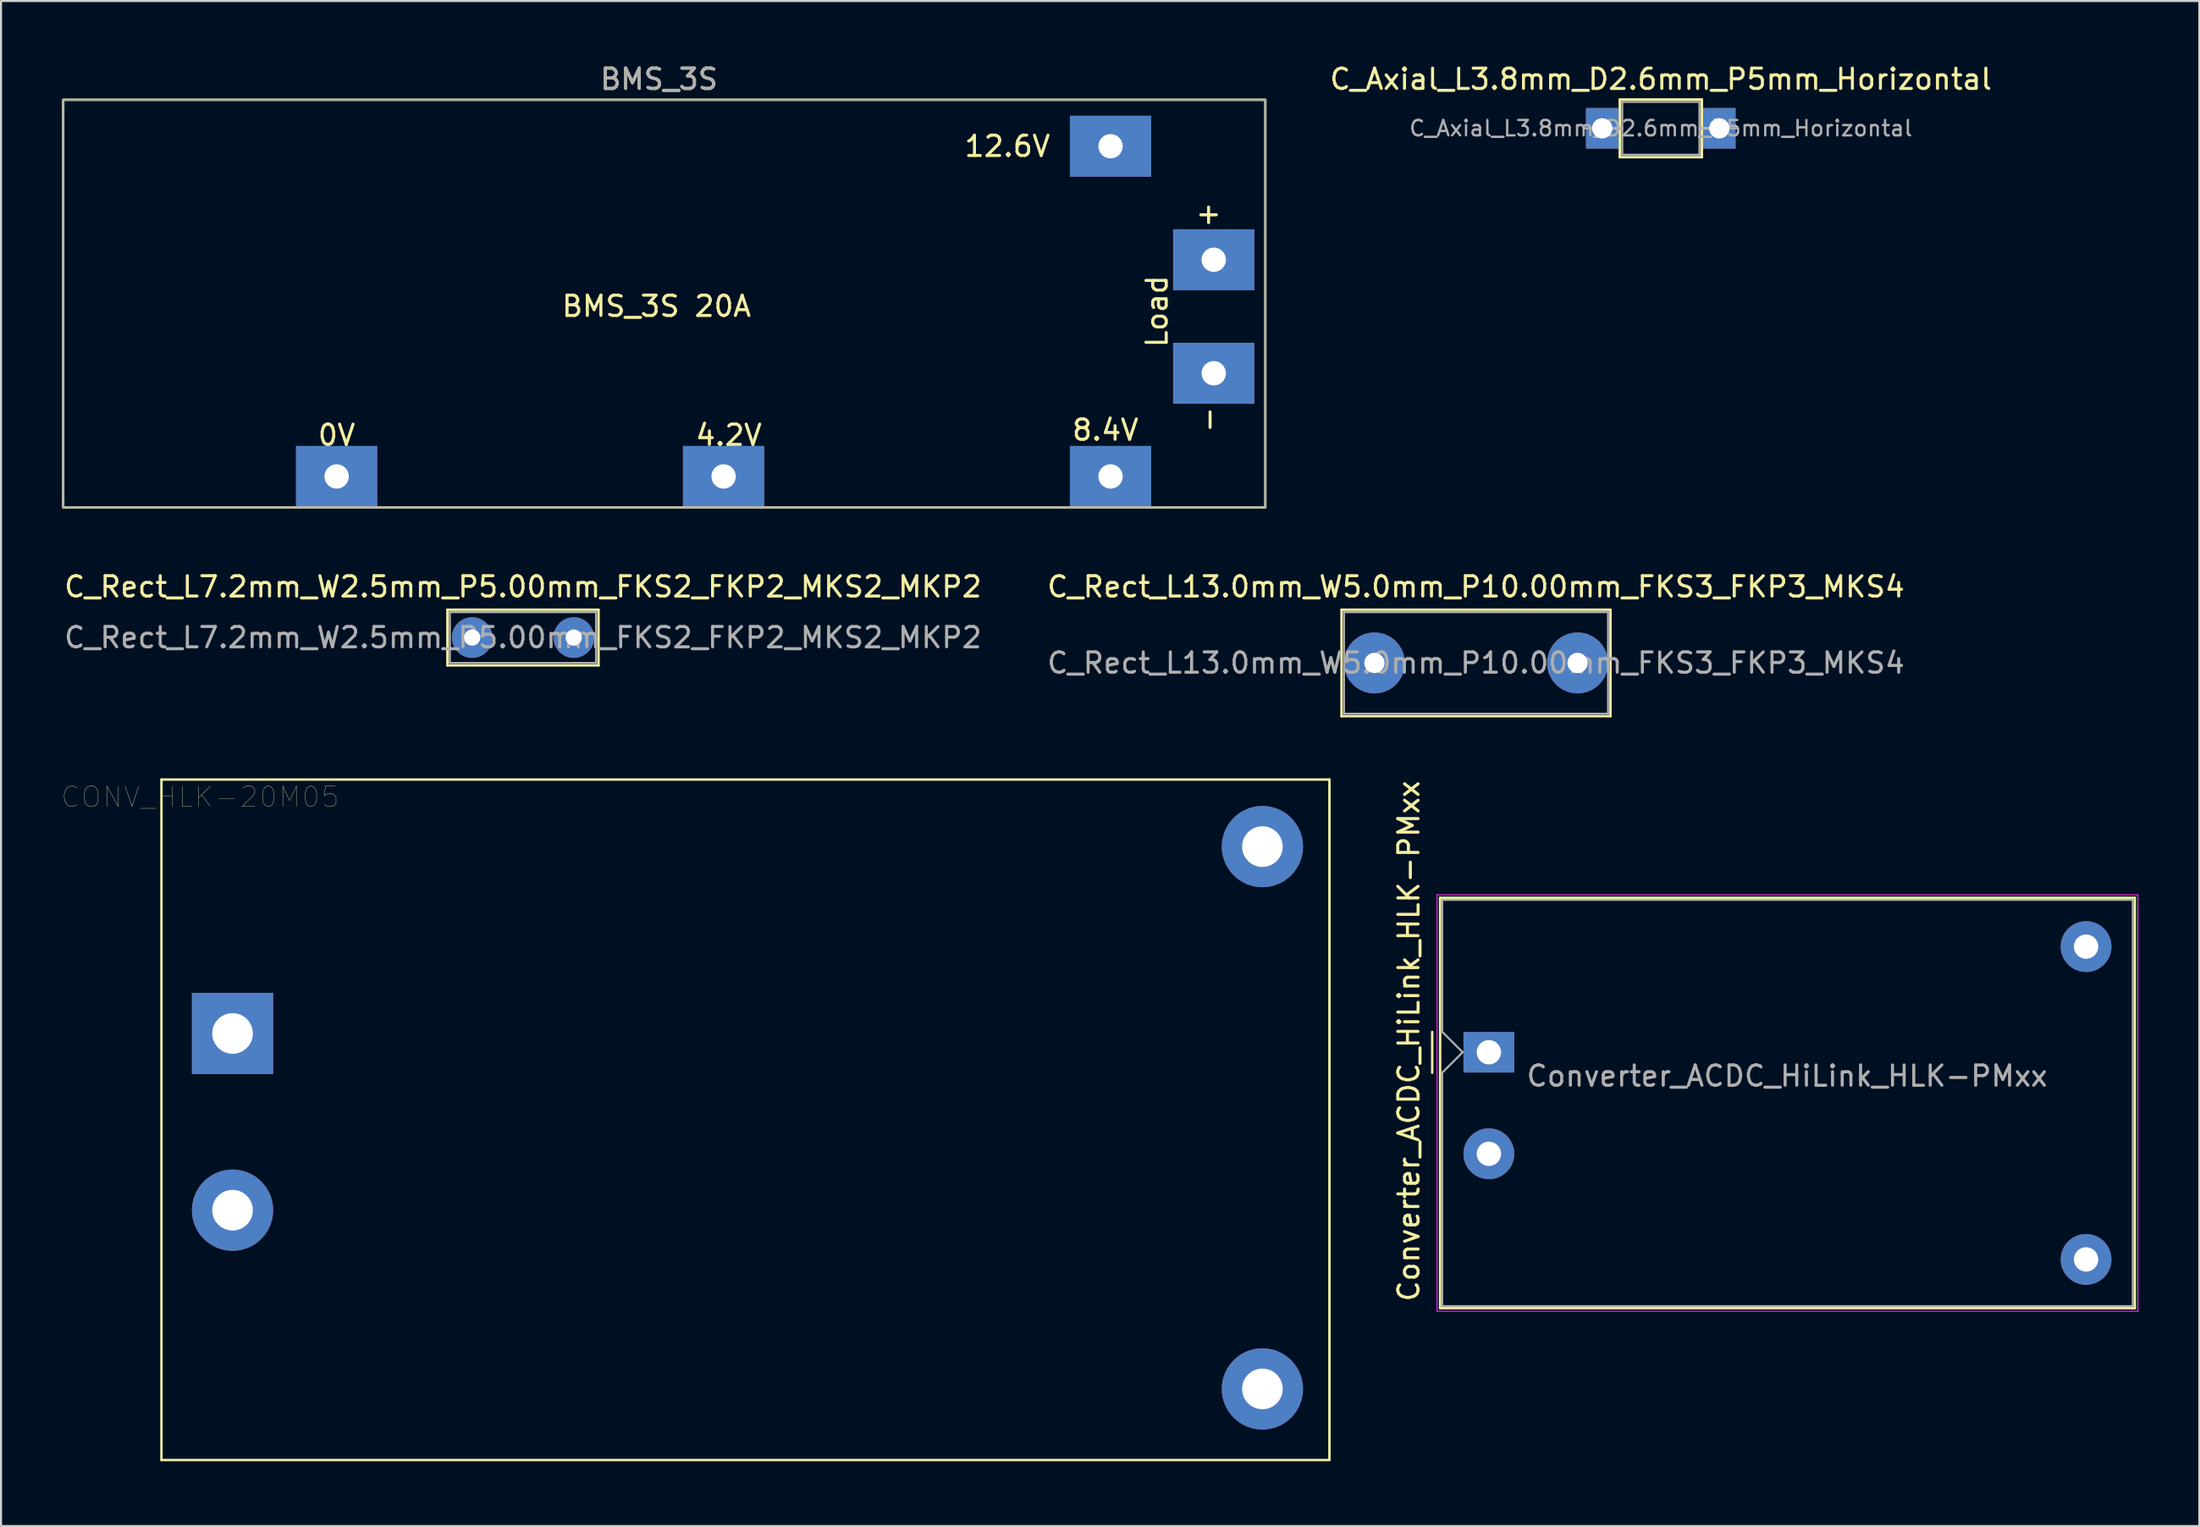
<source format=kicad_pcb>
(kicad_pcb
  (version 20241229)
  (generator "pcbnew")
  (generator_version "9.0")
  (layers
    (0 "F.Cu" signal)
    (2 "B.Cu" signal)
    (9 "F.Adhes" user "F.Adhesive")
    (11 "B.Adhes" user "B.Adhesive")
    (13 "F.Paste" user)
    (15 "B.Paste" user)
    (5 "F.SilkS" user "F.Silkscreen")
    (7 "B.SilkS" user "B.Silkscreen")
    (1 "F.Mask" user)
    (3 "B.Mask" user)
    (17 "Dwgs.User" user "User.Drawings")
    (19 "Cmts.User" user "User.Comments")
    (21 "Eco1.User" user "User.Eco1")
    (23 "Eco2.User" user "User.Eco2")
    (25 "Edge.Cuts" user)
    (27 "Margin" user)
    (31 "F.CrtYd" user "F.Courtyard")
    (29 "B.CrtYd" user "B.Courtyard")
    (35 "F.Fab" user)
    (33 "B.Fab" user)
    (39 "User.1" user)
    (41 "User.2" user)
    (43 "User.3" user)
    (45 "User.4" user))
  (footprint "C_Axial_L3.8mm_D2.6mm_P5mm_Horizontal"
    (layer "F.Cu")
    (at 74.963 3.268)
    (property "Reference" "C_Axial_L3.8mm_D2.6mm_P5mm_Horizontal" (at 3.75 -2.42 0) (layer "F.SilkS") (effects (font (size 1 1) (thickness 0.15))))
    (attr through_hole)
    (fp_line (start 1.04 0) (end 1.73 0) (stroke (width 0.12) (type solid)) (layer "F.SilkS"))
    (fp_line (start 1.73 -1.42) (end 1.73 1.42) (stroke (width 0.12) (type solid)) (layer "F.SilkS"))
    (fp_line (start 1.73 1.42) (end 5.77 1.42) (stroke (width 0.12) (type solid)) (layer "F.SilkS"))
    (fp_line (start 5.77 -1.42) (end 1.73 -1.42) (stroke (width 0.12) (type solid)) (layer "F.SilkS"))
    (fp_line (start 5.77 1.42) (end 5.77 -1.42) (stroke (width 0.12) (type solid)) (layer "F.SilkS"))
    (fp_line (start 6.46 0) (end 5.77 0) (stroke (width 0.12) (type solid)) (layer "F.SilkS"))
    (fp_line (start 0 0) (end 1.85 0) (stroke (width 0.1) (type solid)) (layer "F.Fab"))
    (fp_line (start 1.85 -1.3) (end 1.85 1.3) (stroke (width 0.1) (type solid)) (layer "F.Fab"))
    (fp_line (start 1.85 1.3) (end 5.65 1.3) (stroke (width 0.1) (type solid)) (layer "F.Fab"))
    (fp_line (start 5.65 -1.3) (end 1.85 -1.3) (stroke (width 0.1) (type solid)) (layer "F.Fab"))
    (fp_line (start 5.65 1.3) (end 5.65 -1.3) (stroke (width 0.1) (type solid)) (layer "F.Fab"))
    (fp_line (start 7.5 0) (end 5.65 0) (stroke (width 0.1) (type solid)) (layer "F.Fab"))
    (fp_text user "${REFERENCE}" (at 3.75 0 0) (layer "F.Fab") (effects (font (size 0.76 0.76) (thickness 0.114))))
    (pad "1" thru_hole rect (at 0.864 0) (size 1.6 2) (drill 1) (layers "*.Cu" "*.Mask"))
    (pad "2" thru_hole rect (at 6.629 0) (size 1.6 2) (drill 1) (layers "*.Cu" "*.Mask")))
  (footprint "Converter_ACDC_HiLink_HLK-PMxx"
    (layer "F.Cu")
    (at 70.247 48.753)
    (property "Reference" "Converter_ACDC_HiLink_HLK-PMxx" (at -3.94 -0.55 90) (layer "F.SilkS") (effects (font (size 1 1) (thickness 0.15))))
    (attr through_hole)
    (fp_line (start -2.79 -1) (end -2.79 1.01) (stroke (width 0.12) (type solid)) (layer "F.SilkS"))
    (fp_line (start -2.4 -7.6) (end -2.4 12.6) (stroke (width 0.12) (type solid)) (layer "F.SilkS"))
    (fp_line (start -2.4 12.6) (end 31.8 12.6) (stroke (width 0.12) (type solid)) (layer "F.SilkS"))
    (fp_line (start 31.8 -7.6) (end -2.4 -7.6) (stroke (width 0.12) (type solid)) (layer "F.SilkS"))
    (fp_line (start 31.8 12.6) (end 31.8 -7.6) (stroke (width 0.12) (type solid)) (layer "F.SilkS"))
    (fp_line (start -2.55 -7.75) (end -2.55 12.75) (stroke (width 0.05) (type solid)) (layer "F.CrtYd"))
    (fp_line (start -2.55 12.75) (end 31.95 12.75) (stroke (width 0.05) (type solid)) (layer "F.CrtYd"))
    (fp_line (start 31.95 -7.75) (end -2.55 -7.75) (stroke (width 0.05) (type solid)) (layer "F.CrtYd"))
    (fp_line (start 31.95 12.75) (end 31.95 -7.75) (stroke (width 0.05) (type solid)) (layer "F.CrtYd"))
    (fp_line (start -2.3 -7.5) (end 31.7 -7.5) (stroke (width 0.1) (type solid)) (layer "F.Fab"))
    (fp_line (start -2.3 -1) (end -2.3 -7.5) (stroke (width 0.1) (type solid)) (layer "F.Fab"))
    (fp_line (start -2.3 12.5) (end -2.3 0.99) (stroke (width 0.1) (type solid)) (layer "F.Fab"))
    (fp_line (start -2.3 12.5) (end 31.7 12.5) (stroke (width 0.1) (type solid)) (layer "F.Fab"))
    (fp_line (start -2.29 -1) (end -1.29 0) (stroke (width 0.1) (type solid)) (layer "F.Fab"))
    (fp_line (start -1.29 0) (end -2.29 1) (stroke (width 0.1) (type solid)) (layer "F.Fab"))
    (fp_line (start 31.7 12.5) (end 31.7 -7.5) (stroke (width 0.1) (type solid)) (layer "F.Fab"))
    (fp_text user "${REFERENCE}" (at 14.68 1.17 0) (layer "F.Fab") (effects (font (size 1 1) (thickness 0.15))))
    (pad "1" thru_hole rect (at 0 0) (size 2.5 2) (drill 1.2) (layers "*.Cu" "*.Mask"))
    (pad "2" thru_hole circle (at 0 5) (size 2.5 2.5) (drill 1.2) (layers "*.Cu" "*.Mask"))
    (pad "3" thru_hole circle (at 29.4 -5.2) (size 2.5 2.5) (drill 1.2) (layers "*.Cu" "*.Mask"))
    (pad "4" thru_hole circle (at 29.4 10.2) (size 2.5 2.5) (drill 1.2) (layers "*.Cu" "*.Mask")))
  (footprint "BMS_3S"
    (layer "F.Cu")
    (at 29.27 12.024)
    (property "Reference" "BMS_3S" (at 0.127 -11.176 0) (unlocked yes) (layer "F.SilkS") (effects (font (size 1 1) (thickness 0.15))))
    (attr through_hole)
    (fp_rect (start -29.21 -10.16) (end 29.972 9.906) (stroke (width 0.12) (type solid)) (fill no) (layer "F.SilkS"))
    (fp_rect (start -29.21 -10.16) (end 29.972 9.906) (stroke (width 0.1) (type solid)) (fill no) (layer "F.Fab"))
    (fp_text user "+" (at 27.178 -4.572 0) (unlocked yes) (layer "F.SilkS") (effects (font (size 1 1) (thickness 0.15))))
    (fp_text user "BMS_3S 20A" (at 0 0 0) (unlocked yes) (layer "F.SilkS") (effects (font (size 1 1) (thickness 0.15))))
    (fp_text user "Load" (at 24.638 0.254 90) (unlocked yes) (layer "F.SilkS") (effects (font (size 1 1) (thickness 0.15))))
    (fp_text user "8.4V" (at 22.098 6.096 0) (unlocked yes) (layer "F.SilkS") (effects (font (size 1 1) (thickness 0.15))))
    (fp_text user "-" (at 27.178 5.588 90) (unlocked yes) (layer "F.SilkS") (effects (font (size 1 1) (thickness 0.15))))
    (fp_text user "0V" (at -15.748 6.35 0) (unlocked yes) (layer "F.SilkS") (effects (font (size 1 1) (thickness 0.15))))
    (fp_text user "12.6V" (at 17.272 -7.874 0) (unlocked yes) (layer "F.SilkS") (effects (font (size 1 1) (thickness 0.15))))
    (fp_text user "4.2V" (at 3.556 6.35 0) (unlocked yes) (layer "F.SilkS") (effects (font (size 1 1) (thickness 0.15))))
    (fp_text user "${REFERENCE}" (at 0.127 -11.176 0) (unlocked yes) (layer "F.Fab") (effects (font (size 1 1) (thickness 0.15))))
    (pad "1" thru_hole rect (at -15.748 8.382) (size 4 3) (drill 1.2) (layers "*.Cu" "*.Mask"))
    (pad "2" thru_hole rect (at 3.302 8.382) (size 4 3) (drill 1.2) (layers "*.Cu" "*.Mask"))
    (pad "3" thru_hole rect (at 22.352 8.382) (size 4 3) (drill 1.2) (layers "*.Cu" "*.Mask"))
    (pad "4" thru_hole rect (at 22.352 -7.874) (size 4 3) (drill 1.2) (layers "*.Cu" "*.Mask"))
    (pad "5" thru_hole rect (at 27.432 -2.286) (size 4 3) (drill 1.2) (layers "*.Cu" "*.Mask"))
    (pad "6" thru_hole rect (at 27.432 3.302) (size 4 3) (drill 1.2) (layers "*.Cu" "*.Mask")))
  (footprint "CONV_HLK-20M05"
    (layer "F.Cu")
    (at 4.898 68.829)
    (property "Reference" "CONV_HLK-20M05" (at 1.905 -32.639 180) (layer "F.SilkS") (effects (font (size 1 1) (thickness 0.015))))
    (attr through_hole)
    (fp_line (start 0 -33.5) (end 57.5 -33.5) (stroke (width 0.12) (type solid)) (layer "F.SilkS"))
    (fp_line (start 0 0) (end 0 -33.5) (stroke (width 0.12) (type solid)) (layer "F.SilkS"))
    (fp_line (start 0 0) (end 57.5 0) (stroke (width 0.12) (type solid)) (layer "F.SilkS"))
    (fp_line (start 57.5 -0.013) (end 57.5 -33.5) (stroke (width 0.12) (type solid)) (layer "F.SilkS"))
    (pad "1" thru_hole rect (at 3.5 -21) (size 4 4) (drill 2) (layers "*.Cu" "*.Mask"))
    (pad "2" thru_hole circle (at 3.5 -12.3) (size 4 4) (drill 2) (layers "*.Cu" "*.Mask"))
    (pad "3" thru_hole circle (at 54.2 -30.2) (size 4 4) (drill 2) (layers "*.Cu" "*.Mask"))
    (pad "4" thru_hole circle (at 54.2 -3.5) (size 4 4) (drill 2) (layers "*.Cu" "*.Mask")))
  (footprint "C_Rect_L13.0mm_W5.0mm_P10.00mm_FKS3_FKP3_MKS4"
    (layer "F.Cu")
    (at 64.613 29.588)
    (property "Reference" "C_Rect_L13.0mm_W5.0mm_P10.00mm_FKS3_FKP3_MKS4" (at 5 -3.75 0) (layer "F.SilkS") (effects (font (size 1 1) (thickness 0.15))))
    (attr through_hole)
    (fp_line (start -1.62 -2.62) (end -1.62 2.62) (stroke (width 0.12) (type solid)) (layer "F.SilkS"))
    (fp_line (start -1.62 -2.62) (end 11.62 -2.62) (stroke (width 0.12) (type solid)) (layer "F.SilkS"))
    (fp_line (start -1.62 2.62) (end 11.62 2.62) (stroke (width 0.12) (type solid)) (layer "F.SilkS"))
    (fp_line (start 11.62 -2.62) (end 11.62 2.62) (stroke (width 0.12) (type solid)) (layer "F.SilkS"))
    (fp_line (start -1.5 -2.5) (end -1.5 2.5) (stroke (width 0.1) (type solid)) (layer "F.Fab"))
    (fp_line (start -1.5 2.5) (end 11.5 2.5) (stroke (width 0.1) (type solid)) (layer "F.Fab"))
    (fp_line (start 11.5 -2.5) (end -1.5 -2.5) (stroke (width 0.1) (type solid)) (layer "F.Fab"))
    (fp_line (start 11.5 2.5) (end 11.5 -2.5) (stroke (width 0.1) (type solid)) (layer "F.Fab"))
    (fp_text user "${REFERENCE}" (at 5 0 0) (layer "F.Fab") (effects (font (size 1 1) (thickness 0.15))))
    (pad "1" thru_hole circle (at 0 0) (size 3 3) (drill 1) (layers "*.Cu" "*.Mask"))
    (pad "2" thru_hole circle (at 10 0) (size 3 3) (drill 1) (layers "*.Cu" "*.Mask")))
  (footprint "C_Rect_L7.2mm_W2.5mm_P5.00mm_FKS2_FKP2_MKS2_MKP2"
    (layer "F.Cu")
    (at 20.196 28.338)
    (property "Reference" "C_Rect_L7.2mm_W2.5mm_P5.00mm_FKS2_FKP2_MKS2_MKP2" (at 2.5 -2.5 0) (layer "F.SilkS") (effects (font (size 1 1) (thickness 0.15))))
    (attr through_hole)
    (fp_line (start -1.22 -1.37) (end -1.22 1.37) (stroke (width 0.12) (type solid)) (layer "F.SilkS"))
    (fp_line (start -1.22 -1.37) (end 6.22 -1.37) (stroke (width 0.12) (type solid)) (layer "F.SilkS"))
    (fp_line (start -1.22 1.37) (end 6.22 1.37) (stroke (width 0.12) (type solid)) (layer "F.SilkS"))
    (fp_line (start 6.22 -1.37) (end 6.22 1.37) (stroke (width 0.12) (type solid)) (layer "F.SilkS"))
    (fp_line (start -1.1 -1.25) (end -1.1 1.25) (stroke (width 0.1) (type solid)) (layer "F.Fab"))
    (fp_line (start -1.1 1.25) (end 6.1 1.25) (stroke (width 0.1) (type solid)) (layer "F.Fab"))
    (fp_line (start 6.1 -1.25) (end -1.1 -1.25) (stroke (width 0.1) (type solid)) (layer "F.Fab"))
    (fp_line (start 6.1 1.25) (end 6.1 -1.25) (stroke (width 0.1) (type solid)) (layer "F.Fab"))
    (fp_text user "${REFERENCE}" (at 2.5 0 0) (layer "F.Fab") (effects (font (size 1 1) (thickness 0.15))))
    (pad "1" thru_hole oval (at 0 0) (size 2 2) (drill 0.8) (layers "*.Cu" "*.Mask"))
    (pad "2" thru_hole oval (at 5 0) (size 2 2) (drill 0.8) (layers "*.Cu" "*.Mask")))
  (gr_rect
    (start -3 -3)
    (end 105.222 72.079)
    (stroke (width 0.1) (type default))
    (fill no)
    (layer "Edge.Cuts")))
</source>
